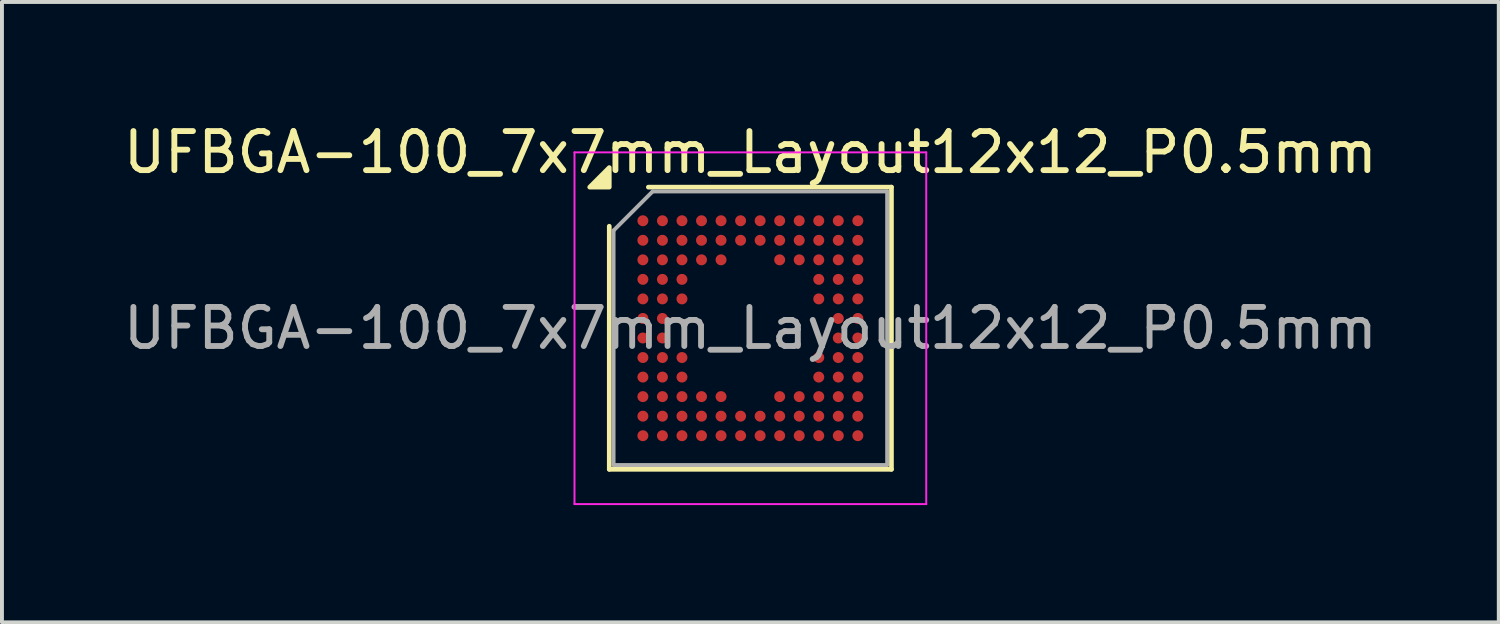
<source format=kicad_pcb>
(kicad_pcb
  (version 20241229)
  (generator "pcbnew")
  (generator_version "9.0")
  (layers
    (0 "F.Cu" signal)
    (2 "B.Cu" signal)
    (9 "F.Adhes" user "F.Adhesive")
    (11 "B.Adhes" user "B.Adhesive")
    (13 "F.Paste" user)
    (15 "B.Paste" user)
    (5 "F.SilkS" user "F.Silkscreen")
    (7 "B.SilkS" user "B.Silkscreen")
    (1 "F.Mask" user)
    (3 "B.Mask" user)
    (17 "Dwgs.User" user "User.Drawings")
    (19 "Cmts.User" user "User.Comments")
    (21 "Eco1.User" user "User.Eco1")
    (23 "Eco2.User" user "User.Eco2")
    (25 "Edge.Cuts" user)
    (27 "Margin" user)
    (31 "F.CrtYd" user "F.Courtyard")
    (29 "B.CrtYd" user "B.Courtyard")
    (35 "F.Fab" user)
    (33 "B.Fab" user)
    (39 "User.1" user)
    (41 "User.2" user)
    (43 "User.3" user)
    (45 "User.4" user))
  (footprint "UFBGA-100_7x7mm_Layout12x12_P0.5mm"
    (layer "F.Cu")
    (at 16.149 5.348)
    (property "Reference" "UFBGA-100_7x7mm_Layout12x12_P0.5mm" (at 0 -4.5 0) (layer "F.SilkS") (effects (font (size 1 1) (thickness 0.15))))
    (attr smd)
    (fp_line (start -3.61 3.61) (end -3.61 -2.61) (stroke (width 0.12) (type solid)) (layer "F.SilkS"))
    (fp_line (start -2.61 -3.61) (end 3.61 -3.61) (stroke (width 0.12) (type solid)) (layer "F.SilkS"))
    (fp_line (start 3.61 -3.61) (end 3.61 3.61) (stroke (width 0.12) (type solid)) (layer "F.SilkS"))
    (fp_line (start 3.61 3.61) (end -3.61 3.61) (stroke (width 0.12) (type solid)) (layer "F.SilkS"))
    (fp_poly (pts (xy -3.61 -3.61) (xy -4.11 -3.61) (xy -3.61 -4.11) (xy -3.61 -3.61)) (stroke (width 0.12) (type solid)) (fill yes) (layer "F.SilkS"))
    (fp_line (start -4.5 -4.5) (end -4.5 4.5) (stroke (width 0.05) (type solid)) (layer "F.CrtYd"))
    (fp_line (start -4.5 4.5) (end 4.5 4.5) (stroke (width 0.05) (type solid)) (layer "F.CrtYd"))
    (fp_line (start 4.5 -4.5) (end -4.5 -4.5) (stroke (width 0.05) (type solid)) (layer "F.CrtYd"))
    (fp_line (start 4.5 4.5) (end 4.5 -4.5) (stroke (width 0.05) (type solid)) (layer "F.CrtYd"))
    (fp_line (start -3.5 -2.5) (end -2.5 -3.5) (stroke (width 0.1) (type solid)) (layer "F.Fab"))
    (fp_line (start -3.5 3.5) (end -3.5 -2.5) (stroke (width 0.1) (type solid)) (layer "F.Fab"))
    (fp_line (start -2.5 -3.5) (end 3.5 -3.5) (stroke (width 0.1) (type solid)) (layer "F.Fab"))
    (fp_line (start 3.5 -3.5) (end 3.5 3.5) (stroke (width 0.1) (type solid)) (layer "F.Fab"))
    (fp_line (start 3.5 3.5) (end -3.5 3.5) (stroke (width 0.1) (type solid)) (layer "F.Fab"))
    (fp_text user "${REFERENCE}" (at 0 0 0) (layer "F.Fab") (effects (font (size 1 1) (thickness 0.15))))
    (pad "A1" smd circle (at -2.75 -2.75) (size 0.28 0.28) (property pad_prop_bga) (layers "F.Cu" "F.Mask" "F.Paste"))
    (pad "A2" smd circle (at -2.25 -2.75) (size 0.28 0.28) (property pad_prop_bga) (layers "F.Cu" "F.Mask" "F.Paste"))
    (pad "A3" smd circle (at -1.75 -2.75) (size 0.28 0.28) (property pad_prop_bga) (layers "F.Cu" "F.Mask" "F.Paste"))
    (pad "A4" smd circle (at -1.25 -2.75) (size 0.28 0.28) (property pad_prop_bga) (layers "F.Cu" "F.Mask" "F.Paste"))
    (pad "A5" smd circle (at -0.75 -2.75) (size 0.28 0.28) (property pad_prop_bga) (layers "F.Cu" "F.Mask" "F.Paste"))
    (pad "A6" smd circle (at -0.25 -2.75) (size 0.28 0.28) (property pad_prop_bga) (layers "F.Cu" "F.Mask" "F.Paste"))
    (pad "A7" smd circle (at 0.25 -2.75) (size 0.28 0.28) (property pad_prop_bga) (layers "F.Cu" "F.Mask" "F.Paste"))
    (pad "A8" smd circle (at 0.75 -2.75) (size 0.28 0.28) (property pad_prop_bga) (layers "F.Cu" "F.Mask" "F.Paste"))
    (pad "A9" smd circle (at 1.25 -2.75) (size 0.28 0.28) (property pad_prop_bga) (layers "F.Cu" "F.Mask" "F.Paste"))
    (pad "A10" smd circle (at 1.75 -2.75) (size 0.28 0.28) (property pad_prop_bga) (layers "F.Cu" "F.Mask" "F.Paste"))
    (pad "A11" smd circle (at 2.25 -2.75) (size 0.28 0.28) (property pad_prop_bga) (layers "F.Cu" "F.Mask" "F.Paste"))
    (pad "A12" smd circle (at 2.75 -2.75) (size 0.28 0.28) (property pad_prop_bga) (layers "F.Cu" "F.Mask" "F.Paste"))
    (pad "B1" smd circle (at -2.75 -2.25) (size 0.28 0.28) (property pad_prop_bga) (layers "F.Cu" "F.Mask" "F.Paste"))
    (pad "B2" smd circle (at -2.25 -2.25) (size 0.28 0.28) (property pad_prop_bga) (layers "F.Cu" "F.Mask" "F.Paste"))
    (pad "B3" smd circle (at -1.75 -2.25) (size 0.28 0.28) (property pad_prop_bga) (layers "F.Cu" "F.Mask" "F.Paste"))
    (pad "B4" smd circle (at -1.25 -2.25) (size 0.28 0.28) (property pad_prop_bga) (layers "F.Cu" "F.Mask" "F.Paste"))
    (pad "B5" smd circle (at -0.75 -2.25) (size 0.28 0.28) (property pad_prop_bga) (layers "F.Cu" "F.Mask" "F.Paste"))
    (pad "B6" smd circle (at -0.25 -2.25) (size 0.28 0.28) (property pad_prop_bga) (layers "F.Cu" "F.Mask" "F.Paste"))
    (pad "B7" smd circle (at 0.25 -2.25) (size 0.28 0.28) (property pad_prop_bga) (layers "F.Cu" "F.Mask" "F.Paste"))
    (pad "B8" smd circle (at 0.75 -2.25) (size 0.28 0.28) (property pad_prop_bga) (layers "F.Cu" "F.Mask" "F.Paste"))
    (pad "B9" smd circle (at 1.25 -2.25) (size 0.28 0.28) (property pad_prop_bga) (layers "F.Cu" "F.Mask" "F.Paste"))
    (pad "B10" smd circle (at 1.75 -2.25) (size 0.28 0.28) (property pad_prop_bga) (layers "F.Cu" "F.Mask" "F.Paste"))
    (pad "B11" smd circle (at 2.25 -2.25) (size 0.28 0.28) (property pad_prop_bga) (layers "F.Cu" "F.Mask" "F.Paste"))
    (pad "B12" smd circle (at 2.75 -2.25) (size 0.28 0.28) (property pad_prop_bga) (layers "F.Cu" "F.Mask" "F.Paste"))
    (pad "C1" smd circle (at -2.75 -1.75) (size 0.28 0.28) (property pad_prop_bga) (layers "F.Cu" "F.Mask" "F.Paste"))
    (pad "C2" smd circle (at -2.25 -1.75) (size 0.28 0.28) (property pad_prop_bga) (layers "F.Cu" "F.Mask" "F.Paste"))
    (pad "C3" smd circle (at -1.75 -1.75) (size 0.28 0.28) (property pad_prop_bga) (layers "F.Cu" "F.Mask" "F.Paste"))
    (pad "C4" smd circle (at -1.25 -1.75) (size 0.28 0.28) (property pad_prop_bga) (layers "F.Cu" "F.Mask" "F.Paste"))
    (pad "C5" smd circle (at -0.75 -1.75) (size 0.28 0.28) (property pad_prop_bga) (layers "F.Cu" "F.Mask" "F.Paste"))
    (pad "C8" smd circle (at 0.75 -1.75) (size 0.28 0.28) (property pad_prop_bga) (layers "F.Cu" "F.Mask" "F.Paste"))
    (pad "C9" smd circle (at 1.25 -1.75) (size 0.28 0.28) (property pad_prop_bga) (layers "F.Cu" "F.Mask" "F.Paste"))
    (pad "C10" smd circle (at 1.75 -1.75) (size 0.28 0.28) (property pad_prop_bga) (layers "F.Cu" "F.Mask" "F.Paste"))
    (pad "C11" smd circle (at 2.25 -1.75) (size 0.28 0.28) (property pad_prop_bga) (layers "F.Cu" "F.Mask" "F.Paste"))
    (pad "C12" smd circle (at 2.75 -1.75) (size 0.28 0.28) (property pad_prop_bga) (layers "F.Cu" "F.Mask" "F.Paste"))
    (pad "D1" smd circle (at -2.75 -1.25) (size 0.28 0.28) (property pad_prop_bga) (layers "F.Cu" "F.Mask" "F.Paste"))
    (pad "D2" smd circle (at -2.25 -1.25) (size 0.28 0.28) (property pad_prop_bga) (layers "F.Cu" "F.Mask" "F.Paste"))
    (pad "D3" smd circle (at -1.75 -1.25) (size 0.28 0.28) (property pad_prop_bga) (layers "F.Cu" "F.Mask" "F.Paste"))
    (pad "D10" smd circle (at 1.75 -1.25) (size 0.28 0.28) (property pad_prop_bga) (layers "F.Cu" "F.Mask" "F.Paste"))
    (pad "D11" smd circle (at 2.25 -1.25) (size 0.28 0.28) (property pad_prop_bga) (layers "F.Cu" "F.Mask" "F.Paste"))
    (pad "D12" smd circle (at 2.75 -1.25) (size 0.28 0.28) (property pad_prop_bga) (layers "F.Cu" "F.Mask" "F.Paste"))
    (pad "E1" smd circle (at -2.75 -0.75) (size 0.28 0.28) (property pad_prop_bga) (layers "F.Cu" "F.Mask" "F.Paste"))
    (pad "E2" smd circle (at -2.25 -0.75) (size 0.28 0.28) (property pad_prop_bga) (layers "F.Cu" "F.Mask" "F.Paste"))
    (pad "E3" smd circle (at -1.75 -0.75) (size 0.28 0.28) (property pad_prop_bga) (layers "F.Cu" "F.Mask" "F.Paste"))
    (pad "E10" smd circle (at 1.75 -0.75) (size 0.28 0.28) (property pad_prop_bga) (layers "F.Cu" "F.Mask" "F.Paste"))
    (pad "E11" smd circle (at 2.25 -0.75) (size 0.28 0.28) (property pad_prop_bga) (layers "F.Cu" "F.Mask" "F.Paste"))
    (pad "E12" smd circle (at 2.75 -0.75) (size 0.28 0.28) (property pad_prop_bga) (layers "F.Cu" "F.Mask" "F.Paste"))
    (pad "F1" smd circle (at -2.75 -0.25) (size 0.28 0.28) (property pad_prop_bga) (layers "F.Cu" "F.Mask" "F.Paste"))
    (pad "F2" smd circle (at -2.25 -0.25) (size 0.28 0.28) (property pad_prop_bga) (layers "F.Cu" "F.Mask" "F.Paste"))
    (pad "F11" smd circle (at 2.25 -0.25) (size 0.28 0.28) (property pad_prop_bga) (layers "F.Cu" "F.Mask" "F.Paste"))
    (pad "F12" smd circle (at 2.75 -0.25) (size 0.28 0.28) (property pad_prop_bga) (layers "F.Cu" "F.Mask" "F.Paste"))
    (pad "G1" smd circle (at -2.75 0.25) (size 0.28 0.28) (property pad_prop_bga) (layers "F.Cu" "F.Mask" "F.Paste"))
    (pad "G2" smd circle (at -2.25 0.25) (size 0.28 0.28) (property pad_prop_bga) (layers "F.Cu" "F.Mask" "F.Paste"))
    (pad "G11" smd circle (at 2.25 0.25) (size 0.28 0.28) (property pad_prop_bga) (layers "F.Cu" "F.Mask" "F.Paste"))
    (pad "G12" smd circle (at 2.75 0.25) (size 0.28 0.28) (property pad_prop_bga) (layers "F.Cu" "F.Mask" "F.Paste"))
    (pad "H1" smd circle (at -2.75 0.75) (size 0.28 0.28) (property pad_prop_bga) (layers "F.Cu" "F.Mask" "F.Paste"))
    (pad "H2" smd circle (at -2.25 0.75) (size 0.28 0.28) (property pad_prop_bga) (layers "F.Cu" "F.Mask" "F.Paste"))
    (pad "H3" smd circle (at -1.75 0.75) (size 0.28 0.28) (property pad_prop_bga) (layers "F.Cu" "F.Mask" "F.Paste"))
    (pad "H10" smd circle (at 1.75 0.75) (size 0.28 0.28) (property pad_prop_bga) (layers "F.Cu" "F.Mask" "F.Paste"))
    (pad "H11" smd circle (at 2.25 0.75) (size 0.28 0.28) (property pad_prop_bga) (layers "F.Cu" "F.Mask" "F.Paste"))
    (pad "H12" smd circle (at 2.75 0.75) (size 0.28 0.28) (property pad_prop_bga) (layers "F.Cu" "F.Mask" "F.Paste"))
    (pad "J1" smd circle (at -2.75 1.25) (size 0.28 0.28) (property pad_prop_bga) (layers "F.Cu" "F.Mask" "F.Paste"))
    (pad "J2" smd circle (at -2.25 1.25) (size 0.28 0.28) (property pad_prop_bga) (layers "F.Cu" "F.Mask" "F.Paste"))
    (pad "J3" smd circle (at -1.75 1.25) (size 0.28 0.28) (property pad_prop_bga) (layers "F.Cu" "F.Mask" "F.Paste"))
    (pad "J10" smd circle (at 1.75 1.25) (size 0.28 0.28) (property pad_prop_bga) (layers "F.Cu" "F.Mask" "F.Paste"))
    (pad "J11" smd circle (at 2.25 1.25) (size 0.28 0.28) (property pad_prop_bga) (layers "F.Cu" "F.Mask" "F.Paste"))
    (pad "J12" smd circle (at 2.75 1.25) (size 0.28 0.28) (property pad_prop_bga) (layers "F.Cu" "F.Mask" "F.Paste"))
    (pad "K1" smd circle (at -2.75 1.75) (size 0.28 0.28) (property pad_prop_bga) (layers "F.Cu" "F.Mask" "F.Paste"))
    (pad "K2" smd circle (at -2.25 1.75) (size 0.28 0.28) (property pad_prop_bga) (layers "F.Cu" "F.Mask" "F.Paste"))
    (pad "K3" smd circle (at -1.75 1.75) (size 0.28 0.28) (property pad_prop_bga) (layers "F.Cu" "F.Mask" "F.Paste"))
    (pad "K4" smd circle (at -1.25 1.75) (size 0.28 0.28) (property pad_prop_bga) (layers "F.Cu" "F.Mask" "F.Paste"))
    (pad "K5" smd circle (at -0.75 1.75) (size 0.28 0.28) (property pad_prop_bga) (layers "F.Cu" "F.Mask" "F.Paste"))
    (pad "K8" smd circle (at 0.75 1.75) (size 0.28 0.28) (property pad_prop_bga) (layers "F.Cu" "F.Mask" "F.Paste"))
    (pad "K9" smd circle (at 1.25 1.75) (size 0.28 0.28) (property pad_prop_bga) (layers "F.Cu" "F.Mask" "F.Paste"))
    (pad "K10" smd circle (at 1.75 1.75) (size 0.28 0.28) (property pad_prop_bga) (layers "F.Cu" "F.Mask" "F.Paste"))
    (pad "K11" smd circle (at 2.25 1.75) (size 0.28 0.28) (property pad_prop_bga) (layers "F.Cu" "F.Mask" "F.Paste"))
    (pad "K12" smd circle (at 2.75 1.75) (size 0.28 0.28) (property pad_prop_bga) (layers "F.Cu" "F.Mask" "F.Paste"))
    (pad "L1" smd circle (at -2.75 2.25) (size 0.28 0.28) (property pad_prop_bga) (layers "F.Cu" "F.Mask" "F.Paste"))
    (pad "L2" smd circle (at -2.25 2.25) (size 0.28 0.28) (property pad_prop_bga) (layers "F.Cu" "F.Mask" "F.Paste"))
    (pad "L3" smd circle (at -1.75 2.25) (size 0.28 0.28) (property pad_prop_bga) (layers "F.Cu" "F.Mask" "F.Paste"))
    (pad "L4" smd circle (at -1.25 2.25) (size 0.28 0.28) (property pad_prop_bga) (layers "F.Cu" "F.Mask" "F.Paste"))
    (pad "L5" smd circle (at -0.75 2.25) (size 0.28 0.28) (property pad_prop_bga) (layers "F.Cu" "F.Mask" "F.Paste"))
    (pad "L6" smd circle (at -0.25 2.25) (size 0.28 0.28) (property pad_prop_bga) (layers "F.Cu" "F.Mask" "F.Paste"))
    (pad "L7" smd circle (at 0.25 2.25) (size 0.28 0.28) (property pad_prop_bga) (layers "F.Cu" "F.Mask" "F.Paste"))
    (pad "L8" smd circle (at 0.75 2.25) (size 0.28 0.28) (property pad_prop_bga) (layers "F.Cu" "F.Mask" "F.Paste"))
    (pad "L9" smd circle (at 1.25 2.25) (size 0.28 0.28) (property pad_prop_bga) (layers "F.Cu" "F.Mask" "F.Paste"))
    (pad "L10" smd circle (at 1.75 2.25) (size 0.28 0.28) (property pad_prop_bga) (layers "F.Cu" "F.Mask" "F.Paste"))
    (pad "L11" smd circle (at 2.25 2.25) (size 0.28 0.28) (property pad_prop_bga) (layers "F.Cu" "F.Mask" "F.Paste"))
    (pad "L12" smd circle (at 2.75 2.25) (size 0.28 0.28) (property pad_prop_bga) (layers "F.Cu" "F.Mask" "F.Paste"))
    (pad "M1" smd circle (at -2.75 2.75) (size 0.28 0.28) (property pad_prop_bga) (layers "F.Cu" "F.Mask" "F.Paste"))
    (pad "M2" smd circle (at -2.25 2.75) (size 0.28 0.28) (property pad_prop_bga) (layers "F.Cu" "F.Mask" "F.Paste"))
    (pad "M3" smd circle (at -1.75 2.75) (size 0.28 0.28) (property pad_prop_bga) (layers "F.Cu" "F.Mask" "F.Paste"))
    (pad "M4" smd circle (at -1.25 2.75) (size 0.28 0.28) (property pad_prop_bga) (layers "F.Cu" "F.Mask" "F.Paste"))
    (pad "M5" smd circle (at -0.75 2.75) (size 0.28 0.28) (property pad_prop_bga) (layers "F.Cu" "F.Mask" "F.Paste"))
    (pad "M6" smd circle (at -0.25 2.75) (size 0.28 0.28) (property pad_prop_bga) (layers "F.Cu" "F.Mask" "F.Paste"))
    (pad "M7" smd circle (at 0.25 2.75) (size 0.28 0.28) (property pad_prop_bga) (layers "F.Cu" "F.Mask" "F.Paste"))
    (pad "M8" smd circle (at 0.75 2.75) (size 0.28 0.28) (property pad_prop_bga) (layers "F.Cu" "F.Mask" "F.Paste"))
    (pad "M9" smd circle (at 1.25 2.75) (size 0.28 0.28) (property pad_prop_bga) (layers "F.Cu" "F.Mask" "F.Paste"))
    (pad "M10" smd circle (at 1.75 2.75) (size 0.28 0.28) (property pad_prop_bga) (layers "F.Cu" "F.Mask" "F.Paste"))
    (pad "M11" smd circle (at 2.25 2.75) (size 0.28 0.28) (property pad_prop_bga) (layers "F.Cu" "F.Mask" "F.Paste"))
    (pad "M12" smd circle (at 2.75 2.75) (size 0.28 0.28) (property pad_prop_bga) (layers "F.Cu" "F.Mask" "F.Paste")))
  (gr_rect
    (start -3 -3)
    (end 35.298 12.873)
    (stroke (width 0.1) (type default))
    (fill no)
    (layer "Edge.Cuts")))
</source>
